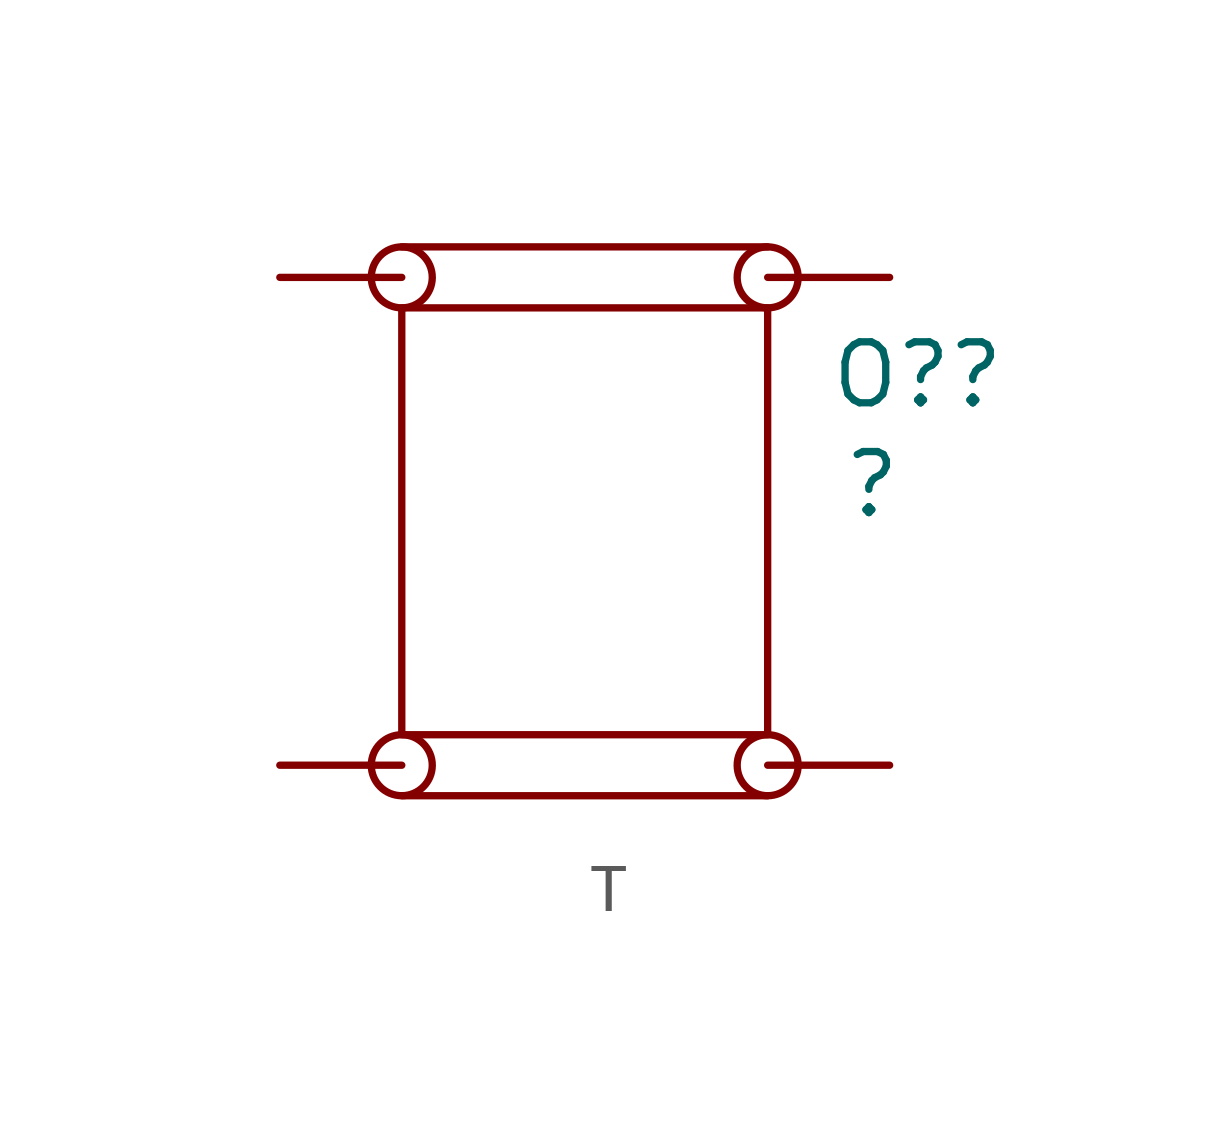
<source format=kicad_sym>
(kicad_symbol_lib
  (version 20241209)
  (generator "kicad_symbol_editor")
  (generator_version "9.0")
  (symbol "T"
    (pin_numbers
      (hide yes))
    (pin_names
      (offset 0)
      (hide yes))
    (property "Reference" "O?"
      (at -1.27 3.048 0)
      (effects (font (size 1.27 1.27)) (justify left)))
    (property "Value" "?"
      (at -1.016 0.762 0)
      (effects (font (size 1.27 1.27)) (justify left)))
    (symbol "T_0_1"
      (polyline (pts (xy -10.16 5.715) (xy -2.54 5.715)) (stroke (width 0) (type default)) (fill (type none)))
      (circle (center -10.16 5.08) (radius 0.635) (stroke (width 0) (type default)) (fill (type none)))
      (polyline (pts (xy -10.16 4.445) (xy -10.16 -4.445) (xy -2.54 -4.445) (xy -2.54 4.445) (xy -10.16 4.445)) (stroke (width 0) (type default)) (fill (type none)))
      (circle (center -10.16 -5.08) (radius 0.635) (stroke (width 0) (type default)) (fill (type none)))
      (polyline (pts (xy -10.16 -5.715) (xy -2.54 -5.715)) (stroke (width 0) (type default)) (fill (type none)))
      (circle (center -2.54 5.08) (radius 0.635) (stroke (width 0) (type default)) (fill (type none)))
      (circle (center -2.54 -5.08) (radius 0.635) (stroke (width 0) (type default)) (fill (type none))))
    (symbol "T_1_0"
      (pin bidirectional line (at 0 5.08 180) (length 2.54) (name "outP" (effects (font (size 1.27 1.27)))) (number "1" (effects (font (size 1.27 1.27)))))
      (pin bidirectional line (at 0 -5.08 180) (length 2.54) (name "outN" (effects (font (size 1.27 1.27)))) (number "2" (effects (font (size 1.27 1.27))))))
    (symbol "T_1_1"
      (pin bidirectional line (at -12.7 5.08 0) (length 2.54) (name "inp" (effects (font (size 1.27 1.27)))) (number "3" (effects (font (size 1.27 1.27)))))
      (pin bidirectional line (at -12.7 -5.08 0) (length 2.54) (name "inN" (effects (font (size 1.27 1.27)))) (number "4" (effects (font (size 1.27 1.27))))))))
</source>
